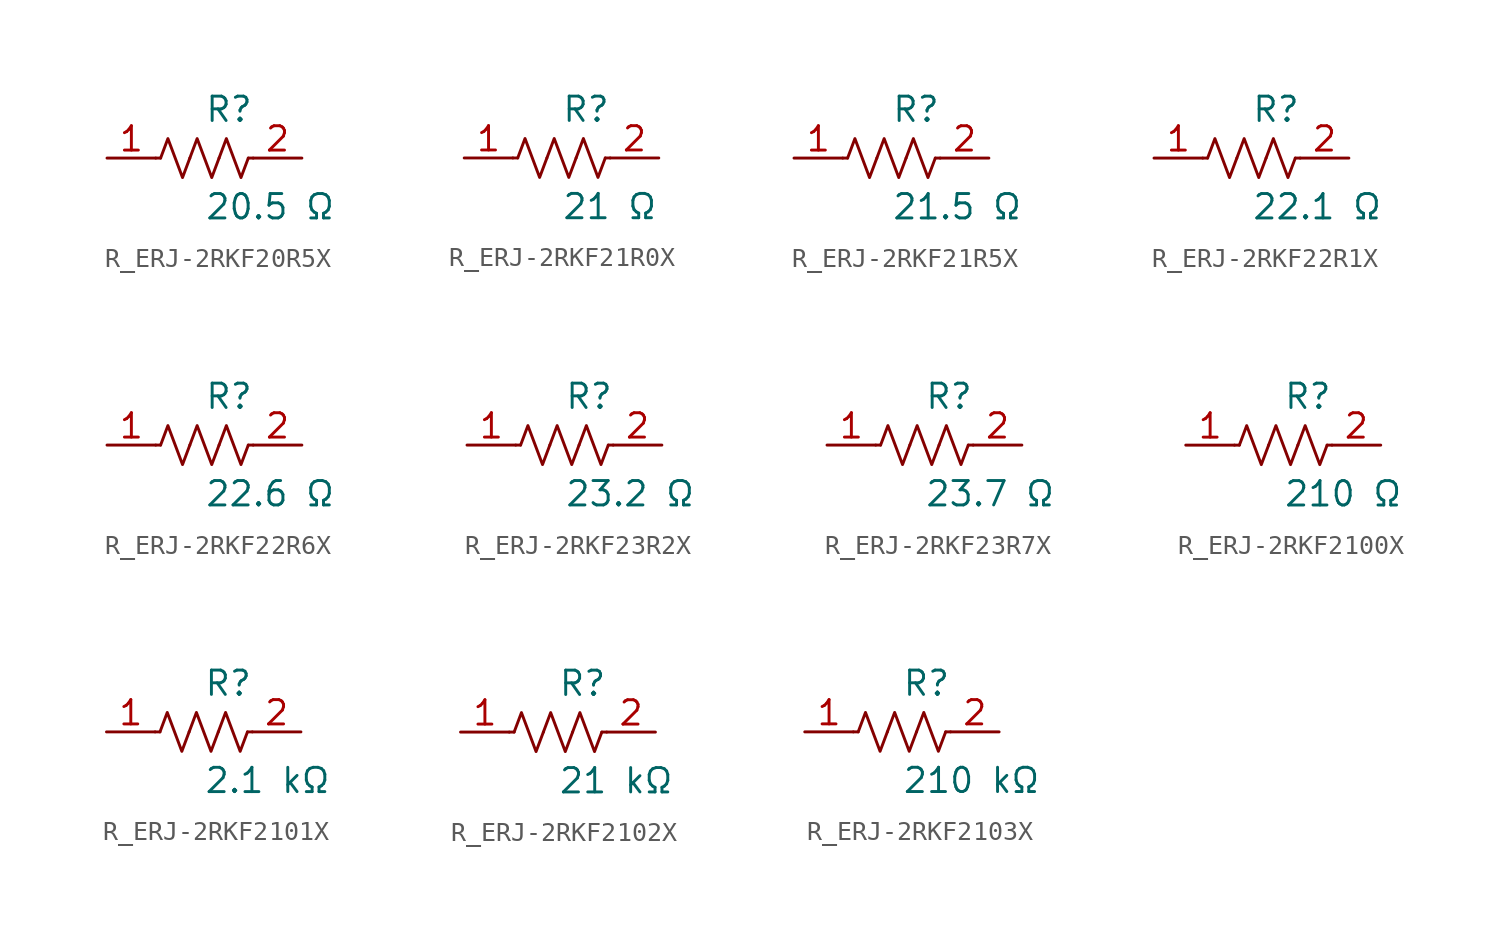
<source format=kicad_sym>
(kicad_symbol_lib
  (version 20231120)
  (generator kicad_symbol_editor)
  (generator_version 8.0)
  (symbol "R_ERJ-2RKF20R5X"
    (pin_names
      (offset 0.254))
    (property "Reference" "R"
      (at 0 2.54 0)
      (effects (font (size 1.27 1.27)) (justify left)))
    (property "Value" "20.5 Ω"
      (at 0 -2.54 0)
      (effects (font (size 1.27 1.27)) (justify left)))
    (symbol "R_ERJ-2RKF20R5X_0_1"
      (polyline (pts (xy 2.286 0) (xy 2.54 0)) (stroke (width 0) (type default)) (fill (type none)))
      (polyline (pts (xy -2.286 0) (xy -2.54 0)) (stroke (width 0) (type default)) (fill (type none)))
      (polyline (pts (xy 0.762 0) (xy 1.143 1.016) (xy 1.524 0) (xy 1.905 -1.016) (xy 2.286 0)) (stroke (width 0) (type default)) (fill (type none)))
      (polyline (pts (xy -0.762 0) (xy -0.381 1.016) (xy 0 0) (xy 0.381 -1.016) (xy 0.762 0)) (stroke (width 0) (type default)) (fill (type none)))
      (polyline (pts (xy -2.286 0) (xy -1.905 1.016) (xy -1.524 0) (xy -1.143 -1.016) (xy -0.762 0)) (stroke (width 0) (type default)) (fill (type none))))
    (pin unspecified line
      (at -5.08 0 0)
      (length 2.54)
      (name "" (effects (font (size 1.27 1.27))))
      (number "1" (effects (font (size 1.27 1.27)))))
    (pin unspecified line
      (at 5.08 0 180)
      (length 2.54)
      (name "" (effects (font (size 1.27 1.27))))
      (number "2" (effects (font (size 1.27 1.27))))))
  (symbol "R_ERJ-2RKF21R0X"
    (pin_names
      (offset 0.254))
    (property "Reference" "R"
      (at 0 2.54 0)
      (effects (font (size 1.27 1.27)) (justify left)))
    (property "Value" "21 Ω"
      (at 0 -2.54 0)
      (effects (font (size 1.27 1.27)) (justify left)))
    (symbol "R_ERJ-2RKF21R0X_0_1"
      (polyline (pts (xy 2.286 0) (xy 2.54 0)) (stroke (width 0) (type default)) (fill (type none)))
      (polyline (pts (xy -2.286 0) (xy -2.54 0)) (stroke (width 0) (type default)) (fill (type none)))
      (polyline (pts (xy 0.762 0) (xy 1.143 1.016) (xy 1.524 0) (xy 1.905 -1.016) (xy 2.286 0)) (stroke (width 0) (type default)) (fill (type none)))
      (polyline (pts (xy -0.762 0) (xy -0.381 1.016) (xy 0 0) (xy 0.381 -1.016) (xy 0.762 0)) (stroke (width 0) (type default)) (fill (type none)))
      (polyline (pts (xy -2.286 0) (xy -1.905 1.016) (xy -1.524 0) (xy -1.143 -1.016) (xy -0.762 0)) (stroke (width 0) (type default)) (fill (type none))))
    (pin unspecified line
      (at -5.08 0 0)
      (length 2.54)
      (name "" (effects (font (size 1.27 1.27))))
      (number "1" (effects (font (size 1.27 1.27)))))
    (pin unspecified line
      (at 5.08 0 180)
      (length 2.54)
      (name "" (effects (font (size 1.27 1.27))))
      (number "2" (effects (font (size 1.27 1.27))))))
  (symbol "R_ERJ-2RKF21R5X"
    (pin_names
      (offset 0.254))
    (property "Reference" "R"
      (at 0 2.54 0)
      (effects (font (size 1.27 1.27)) (justify left)))
    (property "Value" "21.5 Ω"
      (at 0 -2.54 0)
      (effects (font (size 1.27 1.27)) (justify left)))
    (symbol "R_ERJ-2RKF21R5X_0_1"
      (polyline (pts (xy 2.286 0) (xy 2.54 0)) (stroke (width 0) (type default)) (fill (type none)))
      (polyline (pts (xy -2.286 0) (xy -2.54 0)) (stroke (width 0) (type default)) (fill (type none)))
      (polyline (pts (xy 0.762 0) (xy 1.143 1.016) (xy 1.524 0) (xy 1.905 -1.016) (xy 2.286 0)) (stroke (width 0) (type default)) (fill (type none)))
      (polyline (pts (xy -0.762 0) (xy -0.381 1.016) (xy 0 0) (xy 0.381 -1.016) (xy 0.762 0)) (stroke (width 0) (type default)) (fill (type none)))
      (polyline (pts (xy -2.286 0) (xy -1.905 1.016) (xy -1.524 0) (xy -1.143 -1.016) (xy -0.762 0)) (stroke (width 0) (type default)) (fill (type none))))
    (pin unspecified line
      (at -5.08 0 0)
      (length 2.54)
      (name "" (effects (font (size 1.27 1.27))))
      (number "1" (effects (font (size 1.27 1.27)))))
    (pin unspecified line
      (at 5.08 0 180)
      (length 2.54)
      (name "" (effects (font (size 1.27 1.27))))
      (number "2" (effects (font (size 1.27 1.27))))))
  (symbol "R_ERJ-2RKF22R1X"
    (pin_names
      (offset 0.254))
    (property "Reference" "R"
      (at 0 2.54 0)
      (effects (font (size 1.27 1.27)) (justify left)))
    (property "Value" "22.1 Ω"
      (at 0 -2.54 0)
      (effects (font (size 1.27 1.27)) (justify left)))
    (symbol "R_ERJ-2RKF22R1X_0_1"
      (polyline (pts (xy 2.286 0) (xy 2.54 0)) (stroke (width 0) (type default)) (fill (type none)))
      (polyline (pts (xy -2.286 0) (xy -2.54 0)) (stroke (width 0) (type default)) (fill (type none)))
      (polyline (pts (xy 0.762 0) (xy 1.143 1.016) (xy 1.524 0) (xy 1.905 -1.016) (xy 2.286 0)) (stroke (width 0) (type default)) (fill (type none)))
      (polyline (pts (xy -0.762 0) (xy -0.381 1.016) (xy 0 0) (xy 0.381 -1.016) (xy 0.762 0)) (stroke (width 0) (type default)) (fill (type none)))
      (polyline (pts (xy -2.286 0) (xy -1.905 1.016) (xy -1.524 0) (xy -1.143 -1.016) (xy -0.762 0)) (stroke (width 0) (type default)) (fill (type none))))
    (pin unspecified line
      (at -5.08 0 0)
      (length 2.54)
      (name "" (effects (font (size 1.27 1.27))))
      (number "1" (effects (font (size 1.27 1.27)))))
    (pin unspecified line
      (at 5.08 0 180)
      (length 2.54)
      (name "" (effects (font (size 1.27 1.27))))
      (number "2" (effects (font (size 1.27 1.27))))))
  (symbol "R_ERJ-2RKF22R6X"
    (pin_names
      (offset 0.254))
    (property "Reference" "R"
      (at 0 2.54 0)
      (effects (font (size 1.27 1.27)) (justify left)))
    (property "Value" "22.6 Ω"
      (at 0 -2.54 0)
      (effects (font (size 1.27 1.27)) (justify left)))
    (symbol "R_ERJ-2RKF22R6X_0_1"
      (polyline (pts (xy 2.286 0) (xy 2.54 0)) (stroke (width 0) (type default)) (fill (type none)))
      (polyline (pts (xy -2.286 0) (xy -2.54 0)) (stroke (width 0) (type default)) (fill (type none)))
      (polyline (pts (xy 0.762 0) (xy 1.143 1.016) (xy 1.524 0) (xy 1.905 -1.016) (xy 2.286 0)) (stroke (width 0) (type default)) (fill (type none)))
      (polyline (pts (xy -0.762 0) (xy -0.381 1.016) (xy 0 0) (xy 0.381 -1.016) (xy 0.762 0)) (stroke (width 0) (type default)) (fill (type none)))
      (polyline (pts (xy -2.286 0) (xy -1.905 1.016) (xy -1.524 0) (xy -1.143 -1.016) (xy -0.762 0)) (stroke (width 0) (type default)) (fill (type none))))
    (pin unspecified line
      (at -5.08 0 0)
      (length 2.54)
      (name "" (effects (font (size 1.27 1.27))))
      (number "1" (effects (font (size 1.27 1.27)))))
    (pin unspecified line
      (at 5.08 0 180)
      (length 2.54)
      (name "" (effects (font (size 1.27 1.27))))
      (number "2" (effects (font (size 1.27 1.27))))))
  (symbol "R_ERJ-2RKF23R2X"
    (pin_names
      (offset 0.254))
    (property "Reference" "R"
      (at 0 2.54 0)
      (effects (font (size 1.27 1.27)) (justify left)))
    (property "Value" "23.2 Ω"
      (at 0 -2.54 0)
      (effects (font (size 1.27 1.27)) (justify left)))
    (symbol "R_ERJ-2RKF23R2X_0_1"
      (polyline (pts (xy 2.286 0) (xy 2.54 0)) (stroke (width 0) (type default)) (fill (type none)))
      (polyline (pts (xy -2.286 0) (xy -2.54 0)) (stroke (width 0) (type default)) (fill (type none)))
      (polyline (pts (xy 0.762 0) (xy 1.143 1.016) (xy 1.524 0) (xy 1.905 -1.016) (xy 2.286 0)) (stroke (width 0) (type default)) (fill (type none)))
      (polyline (pts (xy -0.762 0) (xy -0.381 1.016) (xy 0 0) (xy 0.381 -1.016) (xy 0.762 0)) (stroke (width 0) (type default)) (fill (type none)))
      (polyline (pts (xy -2.286 0) (xy -1.905 1.016) (xy -1.524 0) (xy -1.143 -1.016) (xy -0.762 0)) (stroke (width 0) (type default)) (fill (type none))))
    (pin unspecified line
      (at -5.08 0 0)
      (length 2.54)
      (name "" (effects (font (size 1.27 1.27))))
      (number "1" (effects (font (size 1.27 1.27)))))
    (pin unspecified line
      (at 5.08 0 180)
      (length 2.54)
      (name "" (effects (font (size 1.27 1.27))))
      (number "2" (effects (font (size 1.27 1.27))))))
  (symbol "R_ERJ-2RKF23R7X"
    (pin_names
      (offset 0.254))
    (property "Reference" "R"
      (at 0 2.54 0)
      (effects (font (size 1.27 1.27)) (justify left)))
    (property "Value" "23.7 Ω"
      (at 0 -2.54 0)
      (effects (font (size 1.27 1.27)) (justify left)))
    (symbol "R_ERJ-2RKF23R7X_0_1"
      (polyline (pts (xy 2.286 0) (xy 2.54 0)) (stroke (width 0) (type default)) (fill (type none)))
      (polyline (pts (xy -2.286 0) (xy -2.54 0)) (stroke (width 0) (type default)) (fill (type none)))
      (polyline (pts (xy 0.762 0) (xy 1.143 1.016) (xy 1.524 0) (xy 1.905 -1.016) (xy 2.286 0)) (stroke (width 0) (type default)) (fill (type none)))
      (polyline (pts (xy -0.762 0) (xy -0.381 1.016) (xy 0 0) (xy 0.381 -1.016) (xy 0.762 0)) (stroke (width 0) (type default)) (fill (type none)))
      (polyline (pts (xy -2.286 0) (xy -1.905 1.016) (xy -1.524 0) (xy -1.143 -1.016) (xy -0.762 0)) (stroke (width 0) (type default)) (fill (type none))))
    (pin unspecified line
      (at -5.08 0 0)
      (length 2.54)
      (name "" (effects (font (size 1.27 1.27))))
      (number "1" (effects (font (size 1.27 1.27)))))
    (pin unspecified line
      (at 5.08 0 180)
      (length 2.54)
      (name "" (effects (font (size 1.27 1.27))))
      (number "2" (effects (font (size 1.27 1.27))))))
  (symbol "R_ERJ-2RKF2100X"
    (pin_names
      (offset 0.254))
    (property "Reference" "R"
      (at 0 2.54 0)
      (effects (font (size 1.27 1.27)) (justify left)))
    (property "Value" "210 Ω"
      (at 0 -2.54 0)
      (effects (font (size 1.27 1.27)) (justify left)))
    (symbol "R_ERJ-2RKF2100X_0_1"
      (polyline (pts (xy 2.286 0) (xy 2.54 0)) (stroke (width 0) (type default)) (fill (type none)))
      (polyline (pts (xy -2.286 0) (xy -2.54 0)) (stroke (width 0) (type default)) (fill (type none)))
      (polyline (pts (xy 0.762 0) (xy 1.143 1.016) (xy 1.524 0) (xy 1.905 -1.016) (xy 2.286 0)) (stroke (width 0) (type default)) (fill (type none)))
      (polyline (pts (xy -0.762 0) (xy -0.381 1.016) (xy 0 0) (xy 0.381 -1.016) (xy 0.762 0)) (stroke (width 0) (type default)) (fill (type none)))
      (polyline (pts (xy -2.286 0) (xy -1.905 1.016) (xy -1.524 0) (xy -1.143 -1.016) (xy -0.762 0)) (stroke (width 0) (type default)) (fill (type none))))
    (pin unspecified line
      (at -5.08 0 0)
      (length 2.54)
      (name "" (effects (font (size 1.27 1.27))))
      (number "1" (effects (font (size 1.27 1.27)))))
    (pin unspecified line
      (at 5.08 0 180)
      (length 2.54)
      (name "" (effects (font (size 1.27 1.27))))
      (number "2" (effects (font (size 1.27 1.27))))))
  (symbol "R_ERJ-2RKF2101X"
    (pin_names
      (offset 0.254))
    (property "Reference" "R"
      (at 0 2.54 0)
      (effects (font (size 1.27 1.27)) (justify left)))
    (property "Value" "2.1 kΩ"
      (at 0 -2.54 0)
      (effects (font (size 1.27 1.27)) (justify left)))
    (symbol "R_ERJ-2RKF2101X_0_1"
      (polyline (pts (xy 2.286 0) (xy 2.54 0)) (stroke (width 0) (type default)) (fill (type none)))
      (polyline (pts (xy -2.286 0) (xy -2.54 0)) (stroke (width 0) (type default)) (fill (type none)))
      (polyline (pts (xy 0.762 0) (xy 1.143 1.016) (xy 1.524 0) (xy 1.905 -1.016) (xy 2.286 0)) (stroke (width 0) (type default)) (fill (type none)))
      (polyline (pts (xy -0.762 0) (xy -0.381 1.016) (xy 0 0) (xy 0.381 -1.016) (xy 0.762 0)) (stroke (width 0) (type default)) (fill (type none)))
      (polyline (pts (xy -2.286 0) (xy -1.905 1.016) (xy -1.524 0) (xy -1.143 -1.016) (xy -0.762 0)) (stroke (width 0) (type default)) (fill (type none))))
    (pin unspecified line
      (at -5.08 0 0)
      (length 2.54)
      (name "" (effects (font (size 1.27 1.27))))
      (number "1" (effects (font (size 1.27 1.27)))))
    (pin unspecified line
      (at 5.08 0 180)
      (length 2.54)
      (name "" (effects (font (size 1.27 1.27))))
      (number "2" (effects (font (size 1.27 1.27))))))
  (symbol "R_ERJ-2RKF2102X"
    (pin_names
      (offset 0.254))
    (property "Reference" "R"
      (at 0 2.54 0)
      (effects (font (size 1.27 1.27)) (justify left)))
    (property "Value" "21 kΩ"
      (at 0 -2.54 0)
      (effects (font (size 1.27 1.27)) (justify left)))
    (symbol "R_ERJ-2RKF2102X_0_1"
      (polyline (pts (xy 2.286 0) (xy 2.54 0)) (stroke (width 0) (type default)) (fill (type none)))
      (polyline (pts (xy -2.286 0) (xy -2.54 0)) (stroke (width 0) (type default)) (fill (type none)))
      (polyline (pts (xy 0.762 0) (xy 1.143 1.016) (xy 1.524 0) (xy 1.905 -1.016) (xy 2.286 0)) (stroke (width 0) (type default)) (fill (type none)))
      (polyline (pts (xy -0.762 0) (xy -0.381 1.016) (xy 0 0) (xy 0.381 -1.016) (xy 0.762 0)) (stroke (width 0) (type default)) (fill (type none)))
      (polyline (pts (xy -2.286 0) (xy -1.905 1.016) (xy -1.524 0) (xy -1.143 -1.016) (xy -0.762 0)) (stroke (width 0) (type default)) (fill (type none))))
    (pin unspecified line
      (at -5.08 0 0)
      (length 2.54)
      (name "" (effects (font (size 1.27 1.27))))
      (number "1" (effects (font (size 1.27 1.27)))))
    (pin unspecified line
      (at 5.08 0 180)
      (length 2.54)
      (name "" (effects (font (size 1.27 1.27))))
      (number "2" (effects (font (size 1.27 1.27))))))
  (symbol "R_ERJ-2RKF2103X"
    (pin_names
      (offset 0.254))
    (property "Reference" "R"
      (at 0 2.54 0)
      (effects (font (size 1.27 1.27)) (justify left)))
    (property "Value" "210 kΩ"
      (at 0 -2.54 0)
      (effects (font (size 1.27 1.27)) (justify left)))
    (symbol "R_ERJ-2RKF2103X_0_1"
      (polyline (pts (xy 2.286 0) (xy 2.54 0)) (stroke (width 0) (type default)) (fill (type none)))
      (polyline (pts (xy -2.286 0) (xy -2.54 0)) (stroke (width 0) (type default)) (fill (type none)))
      (polyline (pts (xy 0.762 0) (xy 1.143 1.016) (xy 1.524 0) (xy 1.905 -1.016) (xy 2.286 0)) (stroke (width 0) (type default)) (fill (type none)))
      (polyline (pts (xy -0.762 0) (xy -0.381 1.016) (xy 0 0) (xy 0.381 -1.016) (xy 0.762 0)) (stroke (width 0) (type default)) (fill (type none)))
      (polyline (pts (xy -2.286 0) (xy -1.905 1.016) (xy -1.524 0) (xy -1.143 -1.016) (xy -0.762 0)) (stroke (width 0) (type default)) (fill (type none))))
    (pin unspecified line
      (at -5.08 0 0)
      (length 2.54)
      (name "" (effects (font (size 1.27 1.27))))
      (number "1" (effects (font (size 1.27 1.27)))))
    (pin unspecified line
      (at 5.08 0 180)
      (length 2.54)
      (name "" (effects (font (size 1.27 1.27))))
      (number "2" (effects (font (size 1.27 1.27)))))))
</source>
